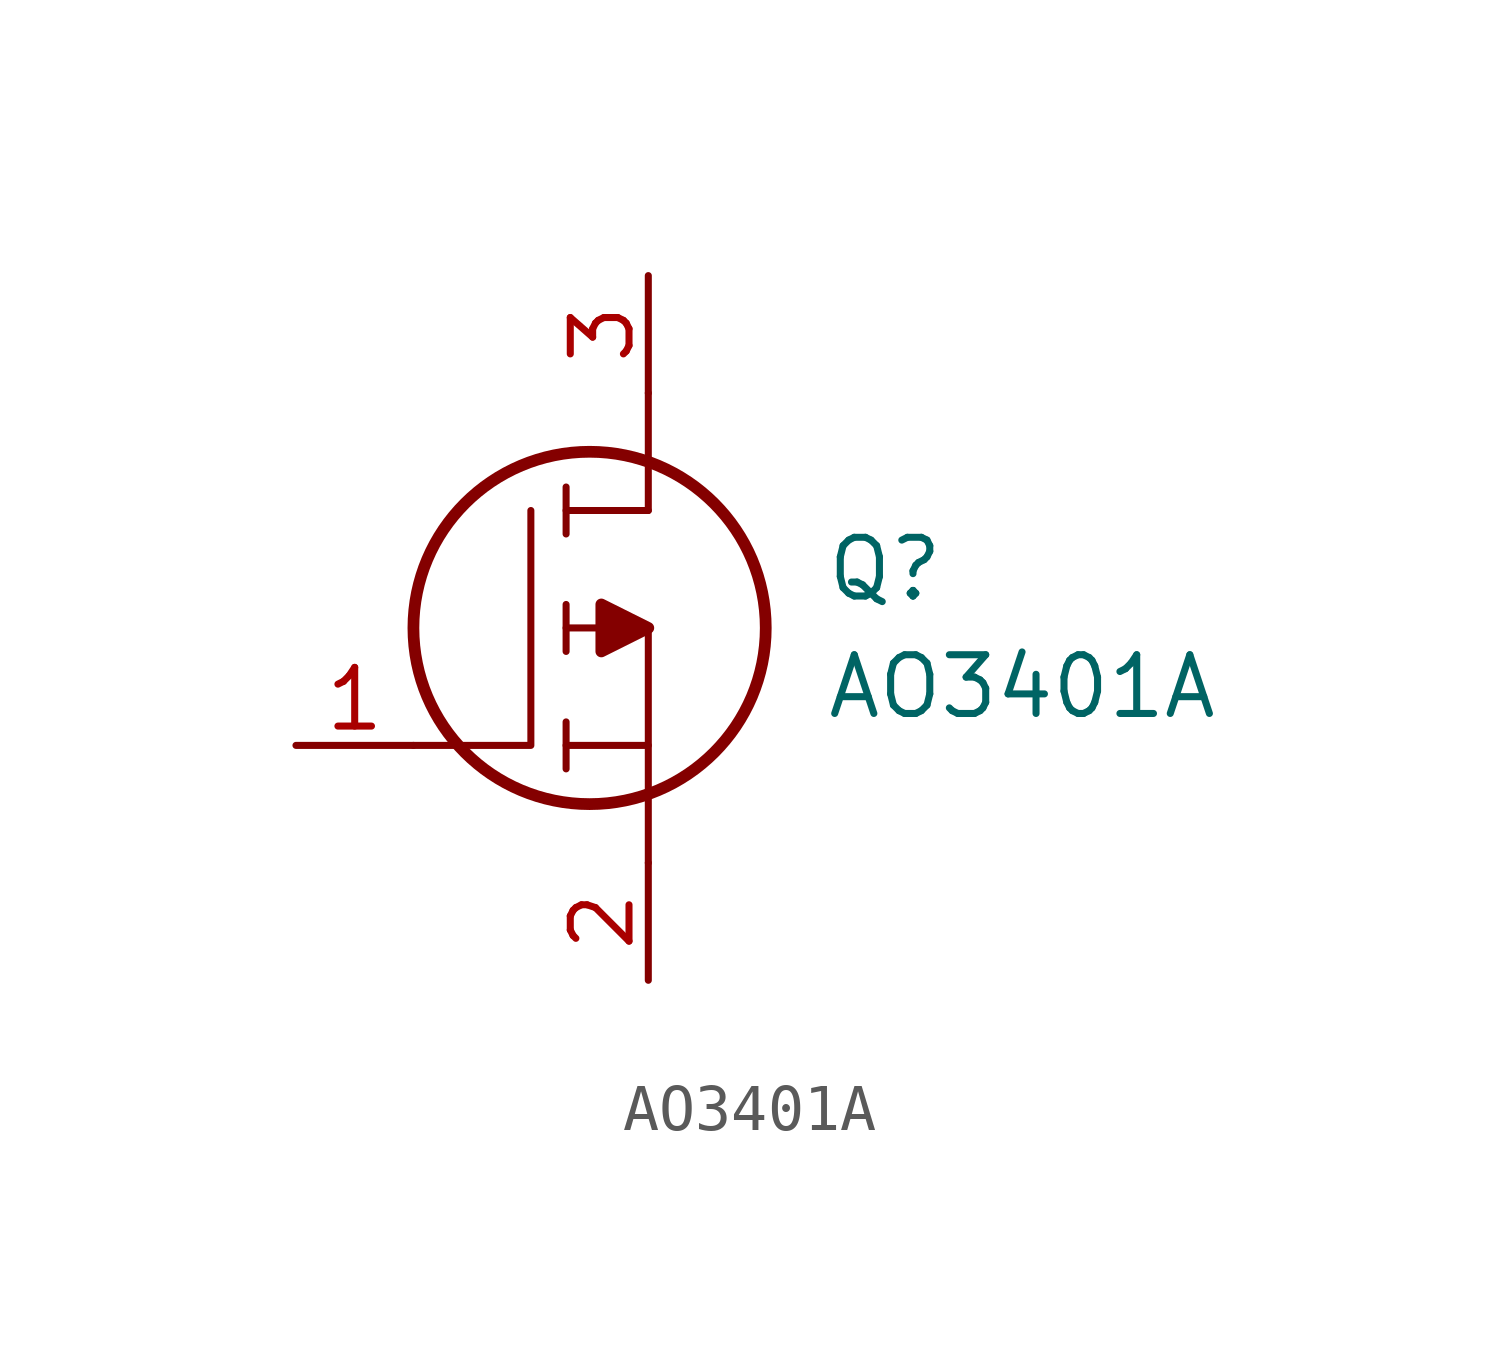
<source format=kicad_sym>
(kicad_symbol_lib
  (version 20211014)
  (generator kicad_symbol_editor)
  (symbol "AO3401A"
    (pin_names
      (offset 0.762))
    (property "Reference" "Q"
      (at 11.43 3.81 0)
      (effects (font (size 1.27 1.27)) (justify left)))
    (property "Value" "AO3401A"
      (at 11.43 1.27 0)
      (effects (font (size 1.27 1.27)) (justify left)))
    (symbol "AO3401A_0_0"
      (pin passive line (at 0 0 0) (length 2.54) (name "~" (effects (font (size 1.27 1.27)))) (number "1" (effects (font (size 1.27 1.27)))))
      (pin passive line (at 7.62 -5.08 90) (length 2.54) (name "~" (effects (font (size 1.27 1.27)))) (number "2" (effects (font (size 1.27 1.27)))))
      (pin passive line (at 7.62 10.16 270) (length 2.54) (name "~" (effects (font (size 1.27 1.27)))) (number "3" (effects (font (size 1.27 1.27))))))
    (symbol "AO3401A_0_1"
      (polyline (pts (xy 5.842 -0.508) (xy 5.842 0.508)) (stroke (width 0.152) (type default) (color 0 0 0 0)) (fill (type none)))
      (polyline (pts (xy 5.842 0) (xy 7.62 0)) (stroke (width 0.152) (type default) (color 0 0 0 0)) (fill (type none)))
      (polyline (pts (xy 5.842 2.032) (xy 5.842 3.048)) (stroke (width 0.152) (type default) (color 0 0 0 0)) (fill (type none)))
      (polyline (pts (xy 5.842 5.588) (xy 5.842 4.572)) (stroke (width 0.152) (type default) (color 0 0 0 0)) (fill (type none)))
      (polyline (pts (xy 7.62 2.54) (xy 5.842 2.54)) (stroke (width 0.152) (type default) (color 0 0 0 0)) (fill (type none)))
      (polyline (pts (xy 7.62 2.54) (xy 7.62 -2.54)) (stroke (width 0.152) (type default) (color 0 0 0 0)) (fill (type none)))
      (polyline (pts (xy 7.62 5.08) (xy 5.842 5.08)) (stroke (width 0.152) (type default) (color 0 0 0 0)) (fill (type none)))
      (polyline (pts (xy 7.62 5.08) (xy 7.62 7.62)) (stroke (width 0.152) (type default) (color 0 0 0 0)) (fill (type none)))
      (polyline (pts (xy 2.54 0) (xy 5.08 0) (xy 5.08 5.08)) (stroke (width 0.152) (type default) (color 0 0 0 0)) (fill (type none)))
      (polyline (pts (xy 7.62 2.54) (xy 6.604 3.048) (xy 6.604 2.032) (xy 7.62 2.54)) (stroke (width 0.254) (type default) (color 0 0 0 0)) (fill (type outline)))
      (circle (center 6.35 2.54) (radius 3.81) (stroke (width 0.254) (type default) (color 0 0 0 0)) (fill (type none))))))
</source>
